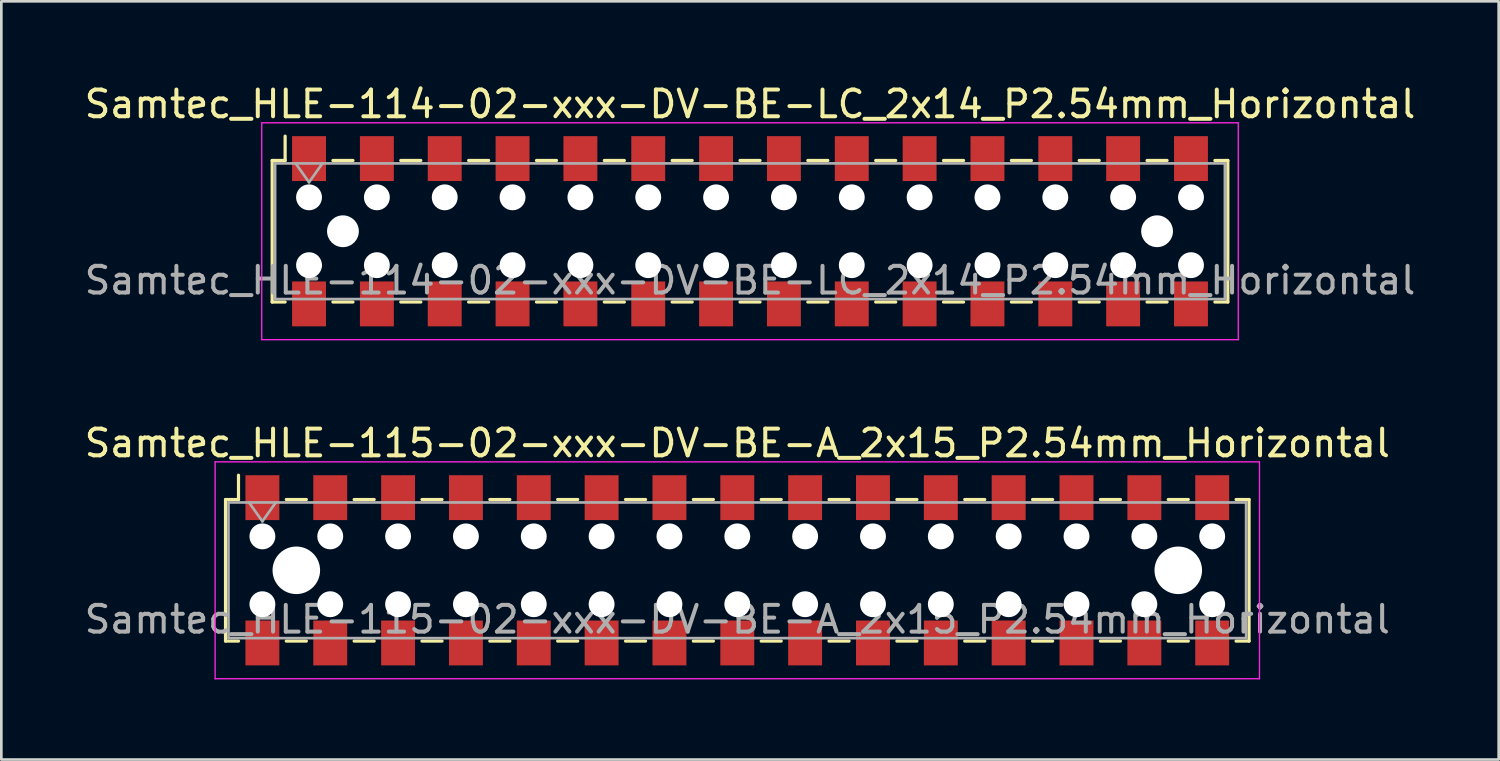
<source format=kicad_pcb>
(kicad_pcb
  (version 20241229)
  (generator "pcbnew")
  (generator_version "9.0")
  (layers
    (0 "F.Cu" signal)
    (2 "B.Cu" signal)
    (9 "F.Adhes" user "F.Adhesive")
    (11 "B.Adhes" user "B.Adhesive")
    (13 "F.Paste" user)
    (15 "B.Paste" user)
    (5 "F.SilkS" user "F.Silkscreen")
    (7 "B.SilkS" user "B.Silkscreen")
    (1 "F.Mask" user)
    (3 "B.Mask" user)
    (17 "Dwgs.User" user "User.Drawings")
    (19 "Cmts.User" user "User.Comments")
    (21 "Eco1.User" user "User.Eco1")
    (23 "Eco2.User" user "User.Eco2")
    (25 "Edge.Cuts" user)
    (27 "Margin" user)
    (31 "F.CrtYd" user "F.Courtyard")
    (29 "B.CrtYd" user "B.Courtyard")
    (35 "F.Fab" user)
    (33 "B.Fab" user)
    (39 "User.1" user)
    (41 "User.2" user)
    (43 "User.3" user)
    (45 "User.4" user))
  (footprint "Samtec_HLE-114-02-xxx-DV-BE-LC_2x14_P2.54mm_Horizontal"
    (layer "F.Cu")
    (at 25.03 5.608)
    (property "Reference" "Samtec_HLE-114-02-xxx-DV-BE-LC_2x14_P2.54mm_Horizontal" (at 0 -4.76 0) (layer "F.SilkS") (effects (font (size 1 1) (thickness 0.15))))
    (attr smd)
    (fp_line (start -17.89 -2.65) (end -17.89 2.65) (stroke (width 0.12) (type solid)) (layer "F.SilkS"))
    (fp_line (start -17.89 2.65) (end -17.405 2.65) (stroke (width 0.12) (type solid)) (layer "F.SilkS"))
    (fp_line (start -17.405 -3.56) (end -17.405 -2.65) (stroke (width 0.12) (type solid)) (layer "F.SilkS"))
    (fp_line (start -17.405 -2.65) (end -17.89 -2.65) (stroke (width 0.12) (type solid)) (layer "F.SilkS"))
    (fp_line (start -15.615 -2.65) (end -14.865 -2.65) (stroke (width 0.12) (type solid)) (layer "F.SilkS"))
    (fp_line (start -15.615 2.65) (end -14.865 2.65) (stroke (width 0.12) (type solid)) (layer "F.SilkS"))
    (fp_line (start -13.075 -2.65) (end -12.325 -2.65) (stroke (width 0.12) (type solid)) (layer "F.SilkS"))
    (fp_line (start -13.075 2.65) (end -12.325 2.65) (stroke (width 0.12) (type solid)) (layer "F.SilkS"))
    (fp_line (start -10.535 -2.65) (end -9.785 -2.65) (stroke (width 0.12) (type solid)) (layer "F.SilkS"))
    (fp_line (start -10.535 2.65) (end -9.785 2.65) (stroke (width 0.12) (type solid)) (layer "F.SilkS"))
    (fp_line (start -7.995 -2.65) (end -7.245 -2.65) (stroke (width 0.12) (type solid)) (layer "F.SilkS"))
    (fp_line (start -7.995 2.65) (end -7.245 2.65) (stroke (width 0.12) (type solid)) (layer "F.SilkS"))
    (fp_line (start -5.455 -2.65) (end -4.705 -2.65) (stroke (width 0.12) (type solid)) (layer "F.SilkS"))
    (fp_line (start -5.455 2.65) (end -4.705 2.65) (stroke (width 0.12) (type solid)) (layer "F.SilkS"))
    (fp_line (start -2.915 -2.65) (end -2.165 -2.65) (stroke (width 0.12) (type solid)) (layer "F.SilkS"))
    (fp_line (start -2.915 2.65) (end -2.165 2.65) (stroke (width 0.12) (type solid)) (layer "F.SilkS"))
    (fp_line (start -0.375 -2.65) (end 0.375 -2.65) (stroke (width 0.12) (type solid)) (layer "F.SilkS"))
    (fp_line (start -0.375 2.65) (end 0.375 2.65) (stroke (width 0.12) (type solid)) (layer "F.SilkS"))
    (fp_line (start 2.165 -2.65) (end 2.915 -2.65) (stroke (width 0.12) (type solid)) (layer "F.SilkS"))
    (fp_line (start 2.165 2.65) (end 2.915 2.65) (stroke (width 0.12) (type solid)) (layer "F.SilkS"))
    (fp_line (start 4.705 -2.65) (end 5.455 -2.65) (stroke (width 0.12) (type solid)) (layer "F.SilkS"))
    (fp_line (start 4.705 2.65) (end 5.455 2.65) (stroke (width 0.12) (type solid)) (layer "F.SilkS"))
    (fp_line (start 7.245 -2.65) (end 7.995 -2.65) (stroke (width 0.12) (type solid)) (layer "F.SilkS"))
    (fp_line (start 7.245 2.65) (end 7.995 2.65) (stroke (width 0.12) (type solid)) (layer "F.SilkS"))
    (fp_line (start 9.785 -2.65) (end 10.535 -2.65) (stroke (width 0.12) (type solid)) (layer "F.SilkS"))
    (fp_line (start 9.785 2.65) (end 10.535 2.65) (stroke (width 0.12) (type solid)) (layer "F.SilkS"))
    (fp_line (start 12.325 -2.65) (end 13.075 -2.65) (stroke (width 0.12) (type solid)) (layer "F.SilkS"))
    (fp_line (start 12.325 2.65) (end 13.075 2.65) (stroke (width 0.12) (type solid)) (layer "F.SilkS"))
    (fp_line (start 14.865 -2.65) (end 15.615 -2.65) (stroke (width 0.12) (type solid)) (layer "F.SilkS"))
    (fp_line (start 14.865 2.65) (end 15.615 2.65) (stroke (width 0.12) (type solid)) (layer "F.SilkS"))
    (fp_line (start 17.405 -2.65) (end 17.89 -2.65) (stroke (width 0.12) (type solid)) (layer "F.SilkS"))
    (fp_line (start 17.89 -2.65) (end 17.89 2.65) (stroke (width 0.12) (type solid)) (layer "F.SilkS"))
    (fp_line (start 17.89 2.65) (end 17.405 2.65) (stroke (width 0.12) (type solid)) (layer "F.SilkS"))
    (fp_line (start -18.28 -4.06) (end 18.28 -4.06) (stroke (width 0.05) (type solid)) (layer "F.CrtYd"))
    (fp_line (start -18.28 4.06) (end -18.28 -4.06) (stroke (width 0.05) (type solid)) (layer "F.CrtYd"))
    (fp_line (start 18.28 -4.06) (end 18.28 4.06) (stroke (width 0.05) (type solid)) (layer "F.CrtYd"))
    (fp_line (start 18.28 4.06) (end -18.28 4.06) (stroke (width 0.05) (type solid)) (layer "F.CrtYd"))
    (fp_line (start -17.78 -2.54) (end 17.78 -2.54) (stroke (width 0.1) (type solid)) (layer "F.Fab"))
    (fp_line (start -17.78 2.54) (end -17.78 -2.54) (stroke (width 0.1) (type solid)) (layer "F.Fab"))
    (fp_line (start -17.01 -2.54) (end -16.51 -1.833) (stroke (width 0.1) (type solid)) (layer "F.Fab"))
    (fp_line (start -16.51 -1.833) (end -16.01 -2.54) (stroke (width 0.1) (type solid)) (layer "F.Fab"))
    (fp_line (start 17.78 -2.54) (end 17.78 2.54) (stroke (width 0.1) (type solid)) (layer "F.Fab"))
    (fp_line (start 17.78 2.54) (end -17.78 2.54) (stroke (width 0.1) (type solid)) (layer "F.Fab"))
    (fp_text user "${REFERENCE}" (at 0 1.84 0) (layer "F.Fab") (effects (font (size 1 1) (thickness 0.15))))
    (pad "" np_thru_hole circle (at -16.51 -1.27) (size 0.97 0.97) (drill 0.97) (layers "*.Cu" "*.Mask"))
    (pad "" np_thru_hole circle (at -16.51 1.27) (size 0.97 0.97) (drill 0.97) (layers "*.Cu" "*.Mask"))
    (pad "" np_thru_hole circle (at -15.24 0) (size 1.19 1.19) (drill 1.19) (layers "*.Cu" "*.Mask"))
    (pad "" np_thru_hole circle (at -13.97 -1.27) (size 0.97 0.97) (drill 0.97) (layers "*.Cu" "*.Mask"))
    (pad "" np_thru_hole circle (at -13.97 1.27) (size 0.97 0.97) (drill 0.97) (layers "*.Cu" "*.Mask"))
    (pad "" np_thru_hole circle (at -11.43 -1.27) (size 0.97 0.97) (drill 0.97) (layers "*.Cu" "*.Mask"))
    (pad "" np_thru_hole circle (at -11.43 1.27) (size 0.97 0.97) (drill 0.97) (layers "*.Cu" "*.Mask"))
    (pad "" np_thru_hole circle (at -8.89 -1.27) (size 0.97 0.97) (drill 0.97) (layers "*.Cu" "*.Mask"))
    (pad "" np_thru_hole circle (at -8.89 1.27) (size 0.97 0.97) (drill 0.97) (layers "*.Cu" "*.Mask"))
    (pad "" np_thru_hole circle (at -6.35 -1.27) (size 0.97 0.97) (drill 0.97) (layers "*.Cu" "*.Mask"))
    (pad "" np_thru_hole circle (at -6.35 1.27) (size 0.97 0.97) (drill 0.97) (layers "*.Cu" "*.Mask"))
    (pad "" np_thru_hole circle (at -3.81 -1.27) (size 0.97 0.97) (drill 0.97) (layers "*.Cu" "*.Mask"))
    (pad "" np_thru_hole circle (at -3.81 1.27) (size 0.97 0.97) (drill 0.97) (layers "*.Cu" "*.Mask"))
    (pad "" np_thru_hole circle (at -1.27 -1.27) (size 0.97 0.97) (drill 0.97) (layers "*.Cu" "*.Mask"))
    (pad "" np_thru_hole circle (at -1.27 1.27) (size 0.97 0.97) (drill 0.97) (layers "*.Cu" "*.Mask"))
    (pad "" np_thru_hole circle (at 1.27 -1.27) (size 0.97 0.97) (drill 0.97) (layers "*.Cu" "*.Mask"))
    (pad "" np_thru_hole circle (at 1.27 1.27) (size 0.97 0.97) (drill 0.97) (layers "*.Cu" "*.Mask"))
    (pad "" np_thru_hole circle (at 3.81 -1.27) (size 0.97 0.97) (drill 0.97) (layers "*.Cu" "*.Mask"))
    (pad "" np_thru_hole circle (at 3.81 1.27) (size 0.97 0.97) (drill 0.97) (layers "*.Cu" "*.Mask"))
    (pad "" np_thru_hole circle (at 6.35 -1.27) (size 0.97 0.97) (drill 0.97) (layers "*.Cu" "*.Mask"))
    (pad "" np_thru_hole circle (at 6.35 1.27) (size 0.97 0.97) (drill 0.97) (layers "*.Cu" "*.Mask"))
    (pad "" np_thru_hole circle (at 8.89 -1.27) (size 0.97 0.97) (drill 0.97) (layers "*.Cu" "*.Mask"))
    (pad "" np_thru_hole circle (at 8.89 1.27) (size 0.97 0.97) (drill 0.97) (layers "*.Cu" "*.Mask"))
    (pad "" np_thru_hole circle (at 11.43 -1.27) (size 0.97 0.97) (drill 0.97) (layers "*.Cu" "*.Mask"))
    (pad "" np_thru_hole circle (at 11.43 1.27) (size 0.97 0.97) (drill 0.97) (layers "*.Cu" "*.Mask"))
    (pad "" np_thru_hole circle (at 13.97 -1.27) (size 0.97 0.97) (drill 0.97) (layers "*.Cu" "*.Mask"))
    (pad "" np_thru_hole circle (at 13.97 1.27) (size 0.97 0.97) (drill 0.97) (layers "*.Cu" "*.Mask"))
    (pad "" np_thru_hole circle (at 15.24 0) (size 1.19 1.19) (drill 1.19) (layers "*.Cu" "*.Mask"))
    (pad "" np_thru_hole circle (at 16.51 -1.27) (size 0.97 0.97) (drill 0.97) (layers "*.Cu" "*.Mask"))
    (pad "" np_thru_hole circle (at 16.51 1.27) (size 0.97 0.97) (drill 0.97) (layers "*.Cu" "*.Mask"))
    (pad "1" smd rect (at -16.51 -2.72) (size 1.27 1.68) (layers "F.Cu" "F.Mask" "F.Paste"))
    (pad "2" smd rect (at -16.51 2.72) (size 1.27 1.68) (layers "F.Cu" "F.Mask" "F.Paste"))
    (pad "3" smd rect (at -13.97 -2.72) (size 1.27 1.68) (layers "F.Cu" "F.Mask" "F.Paste"))
    (pad "4" smd rect (at -13.97 2.72) (size 1.27 1.68) (layers "F.Cu" "F.Mask" "F.Paste"))
    (pad "5" smd rect (at -11.43 -2.72) (size 1.27 1.68) (layers "F.Cu" "F.Mask" "F.Paste"))
    (pad "6" smd rect (at -11.43 2.72) (size 1.27 1.68) (layers "F.Cu" "F.Mask" "F.Paste"))
    (pad "7" smd rect (at -8.89 -2.72) (size 1.27 1.68) (layers "F.Cu" "F.Mask" "F.Paste"))
    (pad "8" smd rect (at -8.89 2.72) (size 1.27 1.68) (layers "F.Cu" "F.Mask" "F.Paste"))
    (pad "9" smd rect (at -6.35 -2.72) (size 1.27 1.68) (layers "F.Cu" "F.Mask" "F.Paste"))
    (pad "10" smd rect (at -6.35 2.72) (size 1.27 1.68) (layers "F.Cu" "F.Mask" "F.Paste"))
    (pad "11" smd rect (at -3.81 -2.72) (size 1.27 1.68) (layers "F.Cu" "F.Mask" "F.Paste"))
    (pad "12" smd rect (at -3.81 2.72) (size 1.27 1.68) (layers "F.Cu" "F.Mask" "F.Paste"))
    (pad "13" smd rect (at -1.27 -2.72) (size 1.27 1.68) (layers "F.Cu" "F.Mask" "F.Paste"))
    (pad "14" smd rect (at -1.27 2.72) (size 1.27 1.68) (layers "F.Cu" "F.Mask" "F.Paste"))
    (pad "15" smd rect (at 1.27 -2.72) (size 1.27 1.68) (layers "F.Cu" "F.Mask" "F.Paste"))
    (pad "16" smd rect (at 1.27 2.72) (size 1.27 1.68) (layers "F.Cu" "F.Mask" "F.Paste"))
    (pad "17" smd rect (at 3.81 -2.72) (size 1.27 1.68) (layers "F.Cu" "F.Mask" "F.Paste"))
    (pad "18" smd rect (at 3.81 2.72) (size 1.27 1.68) (layers "F.Cu" "F.Mask" "F.Paste"))
    (pad "19" smd rect (at 6.35 -2.72) (size 1.27 1.68) (layers "F.Cu" "F.Mask" "F.Paste"))
    (pad "20" smd rect (at 6.35 2.72) (size 1.27 1.68) (layers "F.Cu" "F.Mask" "F.Paste"))
    (pad "21" smd rect (at 8.89 -2.72) (size 1.27 1.68) (layers "F.Cu" "F.Mask" "F.Paste"))
    (pad "22" smd rect (at 8.89 2.72) (size 1.27 1.68) (layers "F.Cu" "F.Mask" "F.Paste"))
    (pad "23" smd rect (at 11.43 -2.72) (size 1.27 1.68) (layers "F.Cu" "F.Mask" "F.Paste"))
    (pad "24" smd rect (at 11.43 2.72) (size 1.27 1.68) (layers "F.Cu" "F.Mask" "F.Paste"))
    (pad "25" smd rect (at 13.97 -2.72) (size 1.27 1.68) (layers "F.Cu" "F.Mask" "F.Paste"))
    (pad "26" smd rect (at 13.97 2.72) (size 1.27 1.68) (layers "F.Cu" "F.Mask" "F.Paste"))
    (pad "27" smd rect (at 16.51 -2.72) (size 1.27 1.68) (layers "F.Cu" "F.Mask" "F.Paste"))
    (pad "28" smd rect (at 16.51 2.72) (size 1.27 1.68) (layers "F.Cu" "F.Mask" "F.Paste")))
  (footprint "Samtec_HLE-115-02-xxx-DV-BE-A_2x15_P2.54mm_Horizontal"
    (layer "F.Cu")
    (at 24.554 18.302)
    (property "Reference" "Samtec_HLE-115-02-xxx-DV-BE-A_2x15_P2.54mm_Horizontal" (at 0 -4.76 0) (layer "F.SilkS") (effects (font (size 1 1) (thickness 0.15))))
    (attr smd)
    (fp_line (start -19.16 -2.65) (end -19.16 2.65) (stroke (width 0.12) (type solid)) (layer "F.SilkS"))
    (fp_line (start -19.16 2.65) (end -18.675 2.65) (stroke (width 0.12) (type solid)) (layer "F.SilkS"))
    (fp_line (start -18.675 -3.56) (end -18.675 -2.65) (stroke (width 0.12) (type solid)) (layer "F.SilkS"))
    (fp_line (start -18.675 -2.65) (end -19.16 -2.65) (stroke (width 0.12) (type solid)) (layer "F.SilkS"))
    (fp_line (start -16.885 -2.65) (end -16.135 -2.65) (stroke (width 0.12) (type solid)) (layer "F.SilkS"))
    (fp_line (start -16.885 2.65) (end -16.135 2.65) (stroke (width 0.12) (type solid)) (layer "F.SilkS"))
    (fp_line (start -14.345 -2.65) (end -13.595 -2.65) (stroke (width 0.12) (type solid)) (layer "F.SilkS"))
    (fp_line (start -14.345 2.65) (end -13.595 2.65) (stroke (width 0.12) (type solid)) (layer "F.SilkS"))
    (fp_line (start -11.805 -2.65) (end -11.055 -2.65) (stroke (width 0.12) (type solid)) (layer "F.SilkS"))
    (fp_line (start -11.805 2.65) (end -11.055 2.65) (stroke (width 0.12) (type solid)) (layer "F.SilkS"))
    (fp_line (start -9.265 -2.65) (end -8.515 -2.65) (stroke (width 0.12) (type solid)) (layer "F.SilkS"))
    (fp_line (start -9.265 2.65) (end -8.515 2.65) (stroke (width 0.12) (type solid)) (layer "F.SilkS"))
    (fp_line (start -6.725 -2.65) (end -5.975 -2.65) (stroke (width 0.12) (type solid)) (layer "F.SilkS"))
    (fp_line (start -6.725 2.65) (end -5.975 2.65) (stroke (width 0.12) (type solid)) (layer "F.SilkS"))
    (fp_line (start -4.185 -2.65) (end -3.435 -2.65) (stroke (width 0.12) (type solid)) (layer "F.SilkS"))
    (fp_line (start -4.185 2.65) (end -3.435 2.65) (stroke (width 0.12) (type solid)) (layer "F.SilkS"))
    (fp_line (start -1.645 -2.65) (end -0.895 -2.65) (stroke (width 0.12) (type solid)) (layer "F.SilkS"))
    (fp_line (start -1.645 2.65) (end -0.895 2.65) (stroke (width 0.12) (type solid)) (layer "F.SilkS"))
    (fp_line (start 0.895 -2.65) (end 1.645 -2.65) (stroke (width 0.12) (type solid)) (layer "F.SilkS"))
    (fp_line (start 0.895 2.65) (end 1.645 2.65) (stroke (width 0.12) (type solid)) (layer "F.SilkS"))
    (fp_line (start 3.435 -2.65) (end 4.185 -2.65) (stroke (width 0.12) (type solid)) (layer "F.SilkS"))
    (fp_line (start 3.435 2.65) (end 4.185 2.65) (stroke (width 0.12) (type solid)) (layer "F.SilkS"))
    (fp_line (start 5.975 -2.65) (end 6.725 -2.65) (stroke (width 0.12) (type solid)) (layer "F.SilkS"))
    (fp_line (start 5.975 2.65) (end 6.725 2.65) (stroke (width 0.12) (type solid)) (layer "F.SilkS"))
    (fp_line (start 8.515 -2.65) (end 9.265 -2.65) (stroke (width 0.12) (type solid)) (layer "F.SilkS"))
    (fp_line (start 8.515 2.65) (end 9.265 2.65) (stroke (width 0.12) (type solid)) (layer "F.SilkS"))
    (fp_line (start 11.055 -2.65) (end 11.805 -2.65) (stroke (width 0.12) (type solid)) (layer "F.SilkS"))
    (fp_line (start 11.055 2.65) (end 11.805 2.65) (stroke (width 0.12) (type solid)) (layer "F.SilkS"))
    (fp_line (start 13.595 -2.65) (end 14.345 -2.65) (stroke (width 0.12) (type solid)) (layer "F.SilkS"))
    (fp_line (start 13.595 2.65) (end 14.345 2.65) (stroke (width 0.12) (type solid)) (layer "F.SilkS"))
    (fp_line (start 16.135 -2.65) (end 16.885 -2.65) (stroke (width 0.12) (type solid)) (layer "F.SilkS"))
    (fp_line (start 16.135 2.65) (end 16.885 2.65) (stroke (width 0.12) (type solid)) (layer "F.SilkS"))
    (fp_line (start 18.675 -2.65) (end 19.16 -2.65) (stroke (width 0.12) (type solid)) (layer "F.SilkS"))
    (fp_line (start 19.16 -2.65) (end 19.16 2.65) (stroke (width 0.12) (type solid)) (layer "F.SilkS"))
    (fp_line (start 19.16 2.65) (end 18.675 2.65) (stroke (width 0.12) (type solid)) (layer "F.SilkS"))
    (fp_line (start -19.55 -4.06) (end 19.55 -4.06) (stroke (width 0.05) (type solid)) (layer "F.CrtYd"))
    (fp_line (start -19.55 4.06) (end -19.55 -4.06) (stroke (width 0.05) (type solid)) (layer "F.CrtYd"))
    (fp_line (start 19.55 -4.06) (end 19.55 4.06) (stroke (width 0.05) (type solid)) (layer "F.CrtYd"))
    (fp_line (start 19.55 4.06) (end -19.55 4.06) (stroke (width 0.05) (type solid)) (layer "F.CrtYd"))
    (fp_line (start -19.05 -2.54) (end 19.05 -2.54) (stroke (width 0.1) (type solid)) (layer "F.Fab"))
    (fp_line (start -19.05 2.54) (end -19.05 -2.54) (stroke (width 0.1) (type solid)) (layer "F.Fab"))
    (fp_line (start -18.28 -2.54) (end -17.78 -1.833) (stroke (width 0.1) (type solid)) (layer "F.Fab"))
    (fp_line (start -17.78 -1.833) (end -17.28 -2.54) (stroke (width 0.1) (type solid)) (layer "F.Fab"))
    (fp_line (start 19.05 -2.54) (end 19.05 2.54) (stroke (width 0.1) (type solid)) (layer "F.Fab"))
    (fp_line (start 19.05 2.54) (end -19.05 2.54) (stroke (width 0.1) (type solid)) (layer "F.Fab"))
    (fp_text user "${REFERENCE}" (at 0 1.84 0) (layer "F.Fab") (effects (font (size 1 1) (thickness 0.15))))
    (pad "" np_thru_hole circle (at -17.78 -1.27) (size 0.97 0.97) (drill 0.97) (layers "*.Cu" "*.Mask"))
    (pad "" np_thru_hole circle (at -17.78 1.27) (size 0.97 0.97) (drill 0.97) (layers "*.Cu" "*.Mask"))
    (pad "" np_thru_hole circle (at -16.51 0) (size 1.78 1.78) (drill 1.78) (layers "*.Cu" "*.Mask"))
    (pad "" np_thru_hole circle (at -15.24 -1.27) (size 0.97 0.97) (drill 0.97) (layers "*.Cu" "*.Mask"))
    (pad "" np_thru_hole circle (at -15.24 1.27) (size 0.97 0.97) (drill 0.97) (layers "*.Cu" "*.Mask"))
    (pad "" np_thru_hole circle (at -12.7 -1.27) (size 0.97 0.97) (drill 0.97) (layers "*.Cu" "*.Mask"))
    (pad "" np_thru_hole circle (at -12.7 1.27) (size 0.97 0.97) (drill 0.97) (layers "*.Cu" "*.Mask"))
    (pad "" np_thru_hole circle (at -10.16 -1.27) (size 0.97 0.97) (drill 0.97) (layers "*.Cu" "*.Mask"))
    (pad "" np_thru_hole circle (at -10.16 1.27) (size 0.97 0.97) (drill 0.97) (layers "*.Cu" "*.Mask"))
    (pad "" np_thru_hole circle (at -7.62 -1.27) (size 0.97 0.97) (drill 0.97) (layers "*.Cu" "*.Mask"))
    (pad "" np_thru_hole circle (at -7.62 1.27) (size 0.97 0.97) (drill 0.97) (layers "*.Cu" "*.Mask"))
    (pad "" np_thru_hole circle (at -5.08 -1.27) (size 0.97 0.97) (drill 0.97) (layers "*.Cu" "*.Mask"))
    (pad "" np_thru_hole circle (at -5.08 1.27) (size 0.97 0.97) (drill 0.97) (layers "*.Cu" "*.Mask"))
    (pad "" np_thru_hole circle (at -2.54 -1.27) (size 0.97 0.97) (drill 0.97) (layers "*.Cu" "*.Mask"))
    (pad "" np_thru_hole circle (at -2.54 1.27) (size 0.97 0.97) (drill 0.97) (layers "*.Cu" "*.Mask"))
    (pad "" np_thru_hole circle (at 0 -1.27) (size 0.97 0.97) (drill 0.97) (layers "*.Cu" "*.Mask"))
    (pad "" np_thru_hole circle (at 0 1.27) (size 0.97 0.97) (drill 0.97) (layers "*.Cu" "*.Mask"))
    (pad "" np_thru_hole circle (at 2.54 -1.27) (size 0.97 0.97) (drill 0.97) (layers "*.Cu" "*.Mask"))
    (pad "" np_thru_hole circle (at 2.54 1.27) (size 0.97 0.97) (drill 0.97) (layers "*.Cu" "*.Mask"))
    (pad "" np_thru_hole circle (at 5.08 -1.27) (size 0.97 0.97) (drill 0.97) (layers "*.Cu" "*.Mask"))
    (pad "" np_thru_hole circle (at 5.08 1.27) (size 0.97 0.97) (drill 0.97) (layers "*.Cu" "*.Mask"))
    (pad "" np_thru_hole circle (at 7.62 -1.27) (size 0.97 0.97) (drill 0.97) (layers "*.Cu" "*.Mask"))
    (pad "" np_thru_hole circle (at 7.62 1.27) (size 0.97 0.97) (drill 0.97) (layers "*.Cu" "*.Mask"))
    (pad "" np_thru_hole circle (at 10.16 -1.27) (size 0.97 0.97) (drill 0.97) (layers "*.Cu" "*.Mask"))
    (pad "" np_thru_hole circle (at 10.16 1.27) (size 0.97 0.97) (drill 0.97) (layers "*.Cu" "*.Mask"))
    (pad "" np_thru_hole circle (at 12.7 -1.27) (size 0.97 0.97) (drill 0.97) (layers "*.Cu" "*.Mask"))
    (pad "" np_thru_hole circle (at 12.7 1.27) (size 0.97 0.97) (drill 0.97) (layers "*.Cu" "*.Mask"))
    (pad "" np_thru_hole circle (at 15.24 -1.27) (size 0.97 0.97) (drill 0.97) (layers "*.Cu" "*.Mask"))
    (pad "" np_thru_hole circle (at 15.24 1.27) (size 0.97 0.97) (drill 0.97) (layers "*.Cu" "*.Mask"))
    (pad "" np_thru_hole circle (at 16.51 0) (size 1.78 1.78) (drill 1.78) (layers "*.Cu" "*.Mask"))
    (pad "" np_thru_hole circle (at 17.78 -1.27) (size 0.97 0.97) (drill 0.97) (layers "*.Cu" "*.Mask"))
    (pad "" np_thru_hole circle (at 17.78 1.27) (size 0.97 0.97) (drill 0.97) (layers "*.Cu" "*.Mask"))
    (pad "1" smd rect (at -17.78 -2.72) (size 1.27 1.68) (layers "F.Cu" "F.Mask" "F.Paste"))
    (pad "2" smd rect (at -17.78 2.72) (size 1.27 1.68) (layers "F.Cu" "F.Mask" "F.Paste"))
    (pad "3" smd rect (at -15.24 -2.72) (size 1.27 1.68) (layers "F.Cu" "F.Mask" "F.Paste"))
    (pad "4" smd rect (at -15.24 2.72) (size 1.27 1.68) (layers "F.Cu" "F.Mask" "F.Paste"))
    (pad "5" smd rect (at -12.7 -2.72) (size 1.27 1.68) (layers "F.Cu" "F.Mask" "F.Paste"))
    (pad "6" smd rect (at -12.7 2.72) (size 1.27 1.68) (layers "F.Cu" "F.Mask" "F.Paste"))
    (pad "7" smd rect (at -10.16 -2.72) (size 1.27 1.68) (layers "F.Cu" "F.Mask" "F.Paste"))
    (pad "8" smd rect (at -10.16 2.72) (size 1.27 1.68) (layers "F.Cu" "F.Mask" "F.Paste"))
    (pad "9" smd rect (at -7.62 -2.72) (size 1.27 1.68) (layers "F.Cu" "F.Mask" "F.Paste"))
    (pad "10" smd rect (at -7.62 2.72) (size 1.27 1.68) (layers "F.Cu" "F.Mask" "F.Paste"))
    (pad "11" smd rect (at -5.08 -2.72) (size 1.27 1.68) (layers "F.Cu" "F.Mask" "F.Paste"))
    (pad "12" smd rect (at -5.08 2.72) (size 1.27 1.68) (layers "F.Cu" "F.Mask" "F.Paste"))
    (pad "13" smd rect (at -2.54 -2.72) (size 1.27 1.68) (layers "F.Cu" "F.Mask" "F.Paste"))
    (pad "14" smd rect (at -2.54 2.72) (size 1.27 1.68) (layers "F.Cu" "F.Mask" "F.Paste"))
    (pad "15" smd rect (at 0 -2.72) (size 1.27 1.68) (layers "F.Cu" "F.Mask" "F.Paste"))
    (pad "16" smd rect (at 0 2.72) (size 1.27 1.68) (layers "F.Cu" "F.Mask" "F.Paste"))
    (pad "17" smd rect (at 2.54 -2.72) (size 1.27 1.68) (layers "F.Cu" "F.Mask" "F.Paste"))
    (pad "18" smd rect (at 2.54 2.72) (size 1.27 1.68) (layers "F.Cu" "F.Mask" "F.Paste"))
    (pad "19" smd rect (at 5.08 -2.72) (size 1.27 1.68) (layers "F.Cu" "F.Mask" "F.Paste"))
    (pad "20" smd rect (at 5.08 2.72) (size 1.27 1.68) (layers "F.Cu" "F.Mask" "F.Paste"))
    (pad "21" smd rect (at 7.62 -2.72) (size 1.27 1.68) (layers "F.Cu" "F.Mask" "F.Paste"))
    (pad "22" smd rect (at 7.62 2.72) (size 1.27 1.68) (layers "F.Cu" "F.Mask" "F.Paste"))
    (pad "23" smd rect (at 10.16 -2.72) (size 1.27 1.68) (layers "F.Cu" "F.Mask" "F.Paste"))
    (pad "24" smd rect (at 10.16 2.72) (size 1.27 1.68) (layers "F.Cu" "F.Mask" "F.Paste"))
    (pad "25" smd rect (at 12.7 -2.72) (size 1.27 1.68) (layers "F.Cu" "F.Mask" "F.Paste"))
    (pad "26" smd rect (at 12.7 2.72) (size 1.27 1.68) (layers "F.Cu" "F.Mask" "F.Paste"))
    (pad "27" smd rect (at 15.24 -2.72) (size 1.27 1.68) (layers "F.Cu" "F.Mask" "F.Paste"))
    (pad "28" smd rect (at 15.24 2.72) (size 1.27 1.68) (layers "F.Cu" "F.Mask" "F.Paste"))
    (pad "29" smd rect (at 17.78 -2.72) (size 1.27 1.68) (layers "F.Cu" "F.Mask" "F.Paste"))
    (pad "30" smd rect (at 17.78 2.72) (size 1.27 1.68) (layers "F.Cu" "F.Mask" "F.Paste")))
  (gr_rect
    (start -3 -3)
    (end 53.06 25.387)
    (stroke (width 0.1) (type default))
    (fill no)
    (layer "Edge.Cuts")))
</source>
